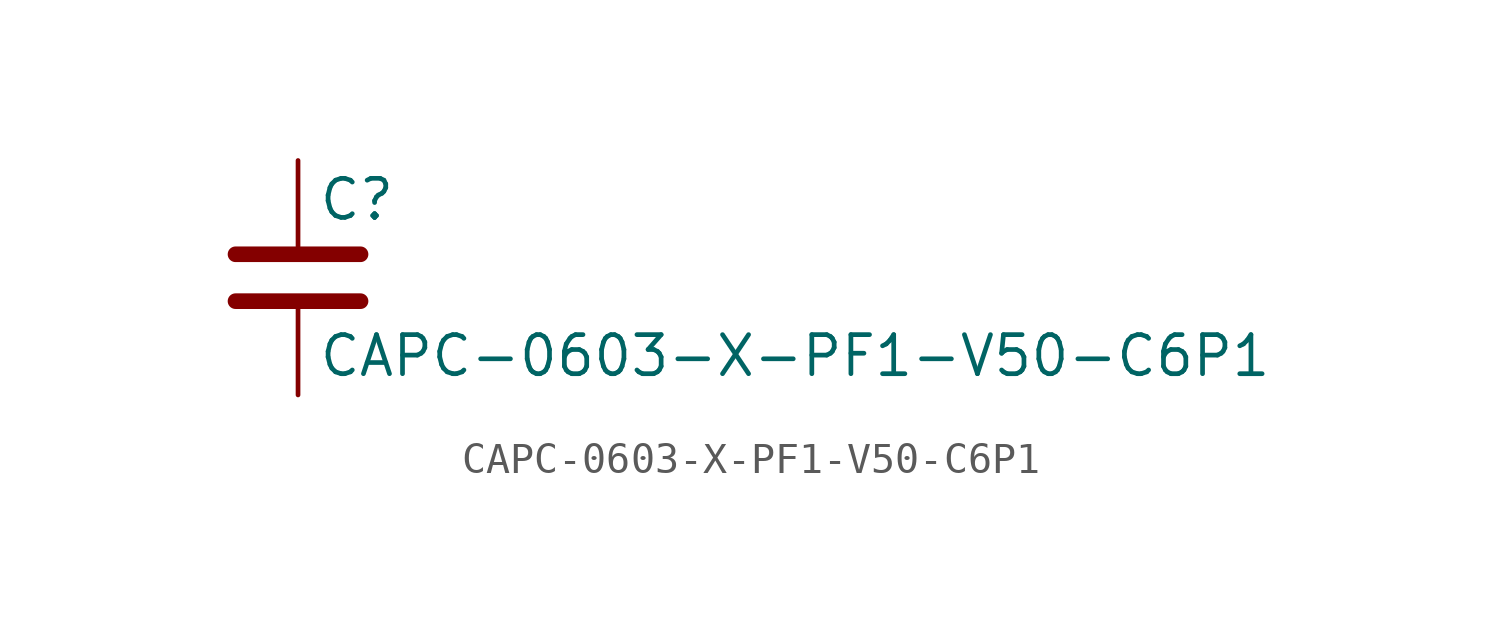
<source format=kicad_sym>
(kicad_symbol_lib
  (version 20211014)
  (generator kicad_symbol_editor)
  (symbol "CAPC-0603-X-PF1-V50-C6P1"
    (pin_numbers hide)
    (pin_names
      (offset 0.254))
    (property "Reference" "C"
      (at 0.635 2.54 0)
      (effects (font (size 1.27 1.27)) (justify left)))
    (property "Value" "CAPC-0603-X-PF1-V50-C6P1"
      (at 0.635 -2.54 0)
      (effects (font (size 1.27 1.27)) (justify left)))
    (symbol "CAPC-0603-X-PF1-V50-C6P1_0_1"
      (polyline (pts (xy -2.032 -0.762) (xy 2.032 -0.762)) (stroke (width 0.508) (type default) (color 0 0 0 0)) (fill (type none)))
      (polyline (pts (xy -2.032 0.762) (xy 2.032 0.762)) (stroke (width 0.508) (type default) (color 0 0 0 0)) (fill (type none))))
    (symbol "CAPC-0603-X-PF1-V50-C6P1_1_1"
      (pin passive line (at 0 3.81 270) (length 2.794) (name "~" (effects (font (size 1.27 1.27)))) (number "1" (effects (font (size 1.27 1.27)))))
      (pin passive line (at 0 -3.81 90) (length 2.794) (name "~" (effects (font (size 1.27 1.27)))) (number "2" (effects (font (size 1.27 1.27))))))))
</source>
